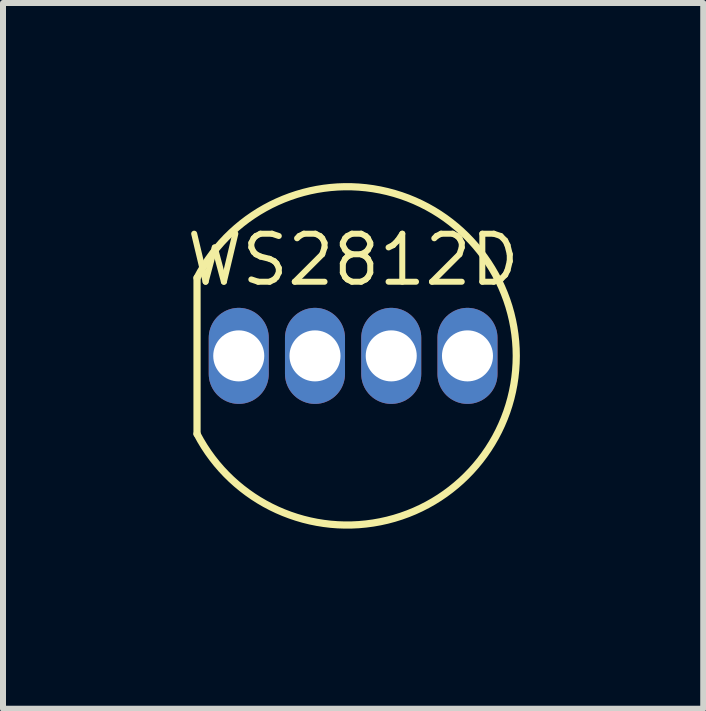
<source format=kicad_pcb>
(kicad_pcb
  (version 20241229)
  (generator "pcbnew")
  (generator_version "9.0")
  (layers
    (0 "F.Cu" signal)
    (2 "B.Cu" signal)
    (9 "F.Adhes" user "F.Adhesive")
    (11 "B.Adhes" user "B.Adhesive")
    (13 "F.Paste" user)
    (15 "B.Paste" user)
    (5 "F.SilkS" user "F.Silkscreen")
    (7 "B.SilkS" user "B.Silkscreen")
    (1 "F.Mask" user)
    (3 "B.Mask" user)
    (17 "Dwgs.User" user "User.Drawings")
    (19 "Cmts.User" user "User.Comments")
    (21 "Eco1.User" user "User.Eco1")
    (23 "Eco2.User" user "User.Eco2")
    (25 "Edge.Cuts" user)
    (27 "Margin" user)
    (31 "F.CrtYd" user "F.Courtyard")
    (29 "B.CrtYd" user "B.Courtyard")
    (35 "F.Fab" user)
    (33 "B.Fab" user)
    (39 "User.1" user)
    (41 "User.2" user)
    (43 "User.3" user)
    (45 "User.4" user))
  (footprint "WS2812D"
    (layer "F.Cu")
    (at 2.832 2.878)
    (property "Reference" "WS2812D" (at 0 -1.6 0) (unlocked yes) (layer "F.SilkS") (effects (font (size 0.8 0.8) (thickness 0.1))))
    (attr through_hole)
    (fp_line (start -2.6 -1.3) (end -2.6 1.3) (stroke (width 0.12) (type solid)) (layer "F.SilkS"))
    (fp_arc (start -2.6 -1.3) (mid 2.717823 0) (end -2.6 1.3) (stroke (width 0.12) (type solid)) (layer "F.SilkS"))
    (pad "1" thru_hole oval (at -1.905 0) (size 1 1.6) (drill 0.85) (layers "*.Cu" "*.Mask"))
    (pad "2" thru_hole oval (at -0.635 0) (size 1 1.6) (drill 0.85) (layers "*.Cu" "*.Mask"))
    (pad "3" thru_hole oval (at 0.635 0) (size 1 1.6) (drill 0.85) (layers "*.Cu" "*.Mask"))
    (pad "4" thru_hole oval (at 1.905 0) (size 1 1.6) (drill 0.85) (layers "*.Cu" "*.Mask")))
  (gr_rect
    (start -3 -3)
    (end 8.664 8.756)
    (stroke (width 0.1) (type default))
    (fill no)
    (layer "Edge.Cuts")))
</source>
